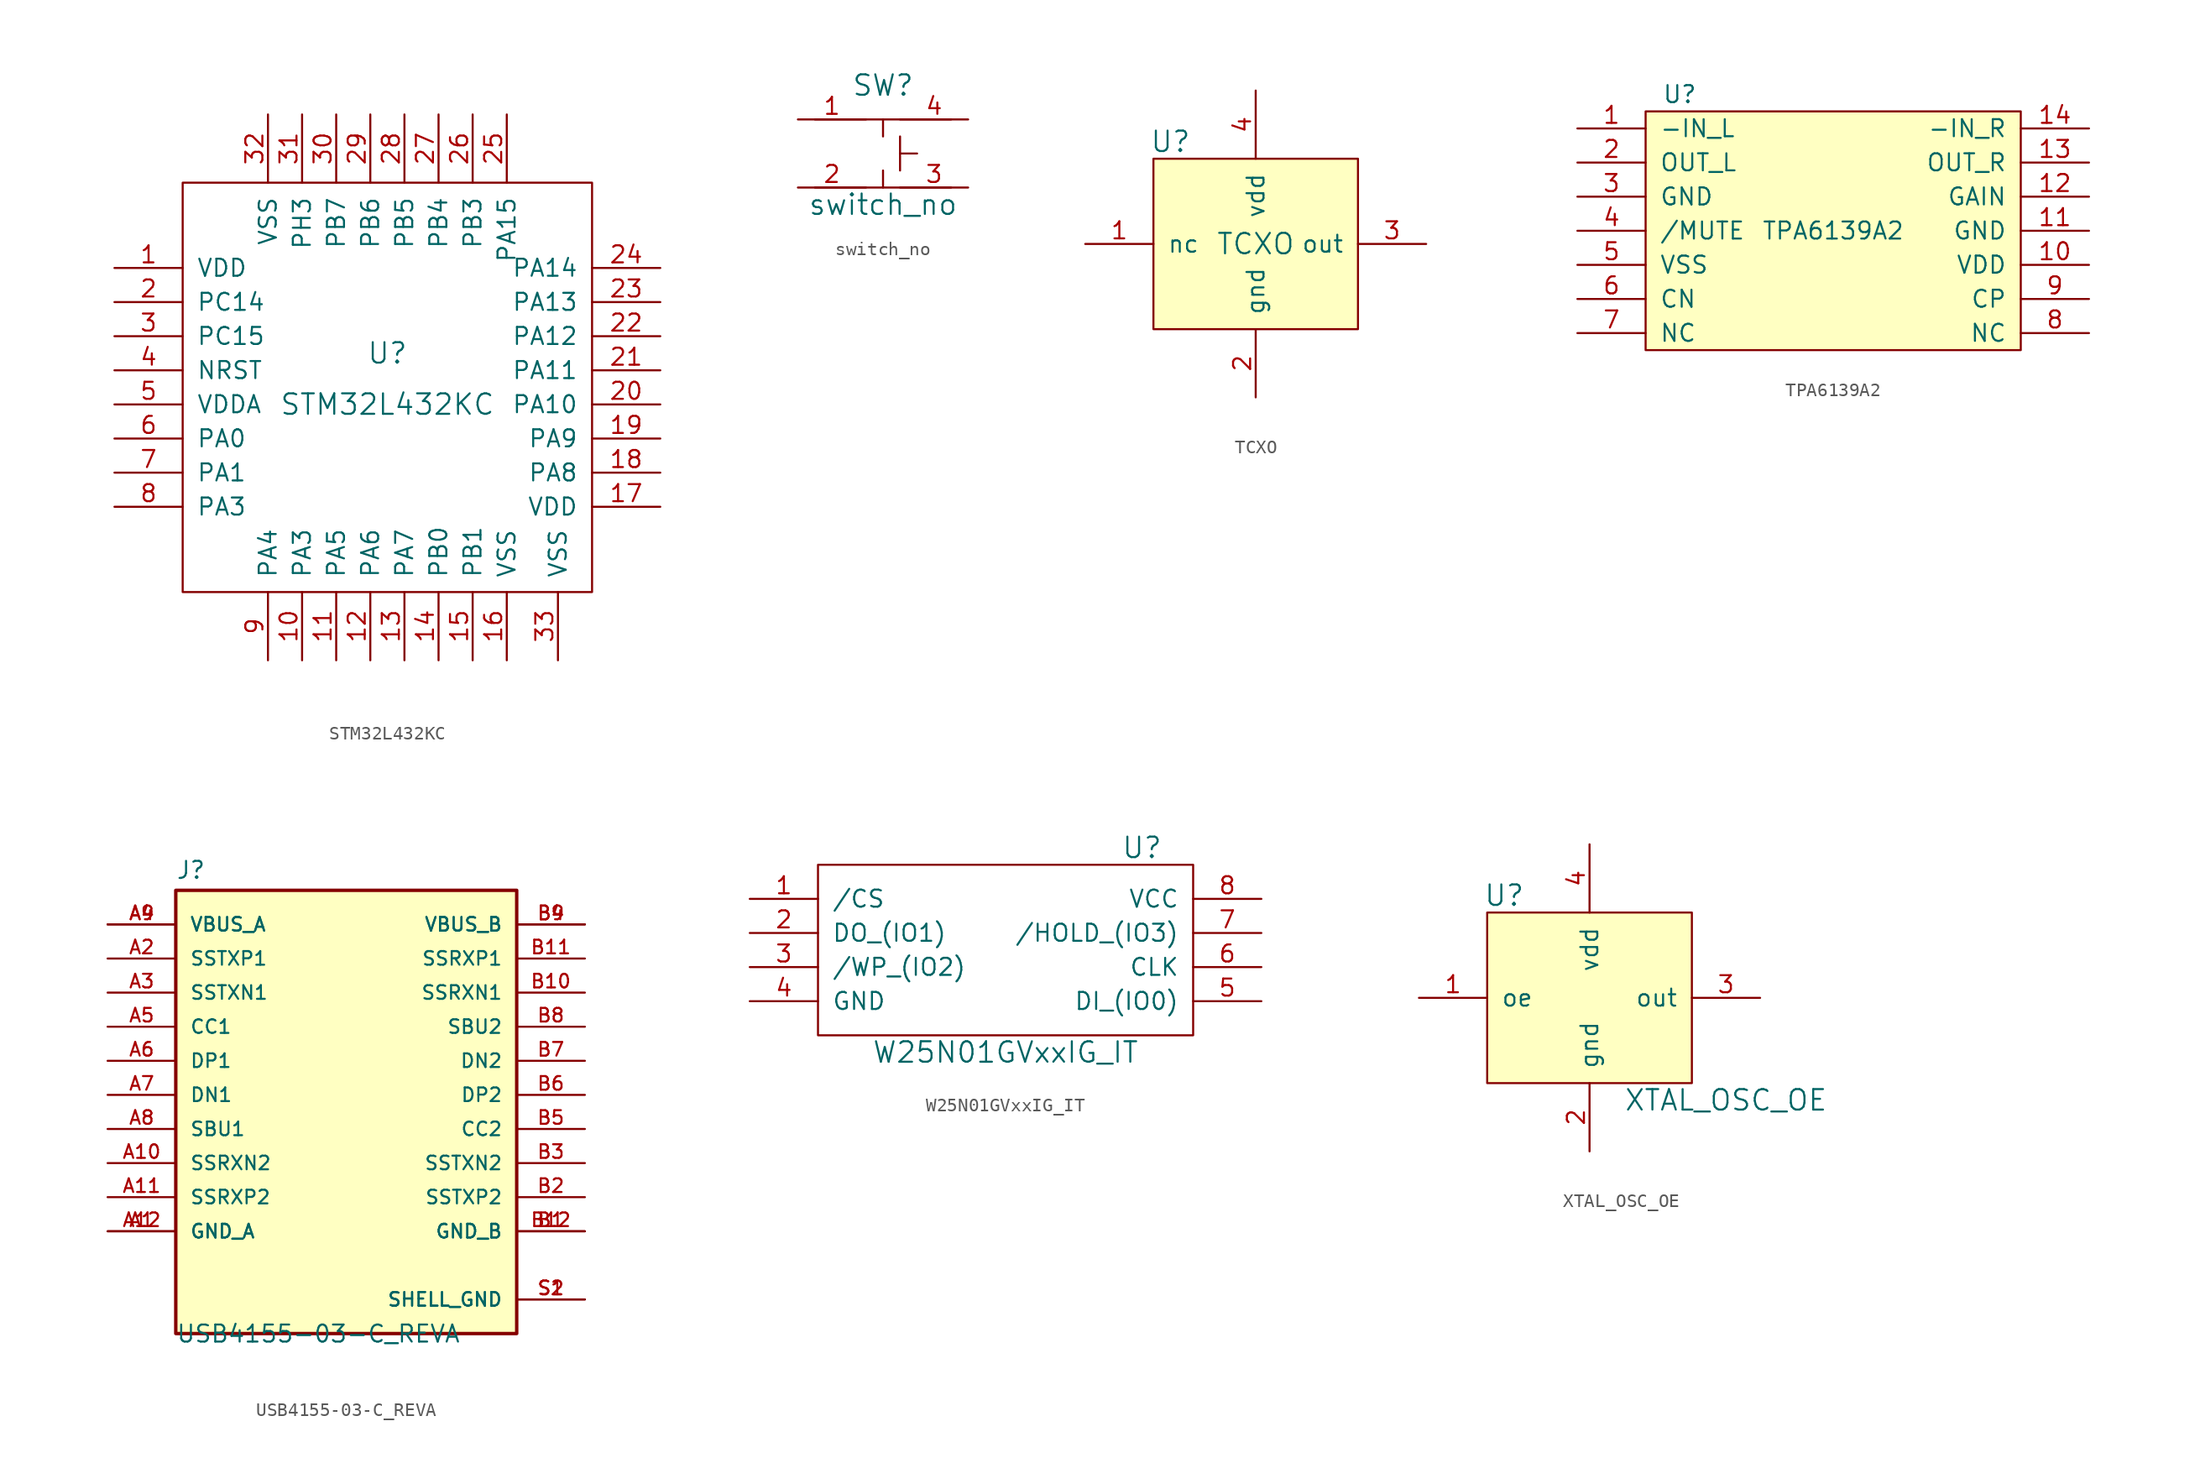
<source format=kicad_sym>
(kicad_symbol_lib
  (version 20211014)
  (generator kicad_symbol_editor)
  (symbol "STM32L432KC"
    (pin_names
      (offset 1.016))
    (property "Reference" "U"
      (at 0 2.54 0)
      (effects (font (size 1.524 1.524))))
    (property "Value" "STM32L432KC"
      (at 0 -1.27 0)
      (effects (font (size 1.524 1.524))))
    (symbol "STM32L432KC_0_1"
      (rectangle (start -15.24 15.24) (end 15.24 -15.24) (stroke (width 0) (type default) (color 0 0 0 0)) (fill (type none))))
    (symbol "STM32L432KC_1_1"
      (pin input line (at -20.32 8.89 0) (length 5.08) (name "VDD" (effects (font (size 1.27 1.27)))) (number "1" (effects (font (size 1.27 1.27)))))
      (pin input line (at -6.35 -20.32 90) (length 5.08) (name "PA3" (effects (font (size 1.27 1.27)))) (number "10" (effects (font (size 1.27 1.27)))))
      (pin input line (at -3.81 -20.32 90) (length 5.08) (name "PA5" (effects (font (size 1.27 1.27)))) (number "11" (effects (font (size 1.27 1.27)))))
      (pin input line (at -1.27 -20.32 90) (length 5.08) (name "PA6" (effects (font (size 1.27 1.27)))) (number "12" (effects (font (size 1.27 1.27)))))
      (pin input line (at 1.27 -20.32 90) (length 5.08) (name "PA7" (effects (font (size 1.27 1.27)))) (number "13" (effects (font (size 1.27 1.27)))))
      (pin input line (at 3.81 -20.32 90) (length 5.08) (name "PB0" (effects (font (size 1.27 1.27)))) (number "14" (effects (font (size 1.27 1.27)))))
      (pin input line (at 6.35 -20.32 90) (length 5.08) (name "PB1" (effects (font (size 1.27 1.27)))) (number "15" (effects (font (size 1.27 1.27)))))
      (pin input line (at 8.89 -20.32 90) (length 5.08) (name "VSS" (effects (font (size 1.27 1.27)))) (number "16" (effects (font (size 1.27 1.27)))))
      (pin input line (at 20.32 -8.89 180) (length 5.08) (name "VDD" (effects (font (size 1.27 1.27)))) (number "17" (effects (font (size 1.27 1.27)))))
      (pin input line (at 20.32 -6.35 180) (length 5.08) (name "PA8" (effects (font (size 1.27 1.27)))) (number "18" (effects (font (size 1.27 1.27)))))
      (pin input line (at 20.32 -3.81 180) (length 5.08) (name "PA9" (effects (font (size 1.27 1.27)))) (number "19" (effects (font (size 1.27 1.27)))))
      (pin input line (at -20.32 6.35 0) (length 5.08) (name "PC14" (effects (font (size 1.27 1.27)))) (number "2" (effects (font (size 1.27 1.27)))))
      (pin input line (at 20.32 -1.27 180) (length 5.08) (name "PA10" (effects (font (size 1.27 1.27)))) (number "20" (effects (font (size 1.27 1.27)))))
      (pin input line (at 20.32 1.27 180) (length 5.08) (name "PA11" (effects (font (size 1.27 1.27)))) (number "21" (effects (font (size 1.27 1.27)))))
      (pin input line (at 20.32 3.81 180) (length 5.08) (name "PA12" (effects (font (size 1.27 1.27)))) (number "22" (effects (font (size 1.27 1.27)))))
      (pin input line (at 20.32 6.35 180) (length 5.08) (name "PA13" (effects (font (size 1.27 1.27)))) (number "23" (effects (font (size 1.27 1.27)))))
      (pin input line (at 20.32 8.89 180) (length 5.08) (name "PA14" (effects (font (size 1.27 1.27)))) (number "24" (effects (font (size 1.27 1.27)))))
      (pin input line (at 8.89 20.32 270) (length 5.08) (name "PA15" (effects (font (size 1.27 1.27)))) (number "25" (effects (font (size 1.27 1.27)))))
      (pin input line (at 6.35 20.32 270) (length 5.08) (name "PB3" (effects (font (size 1.27 1.27)))) (number "26" (effects (font (size 1.27 1.27)))))
      (pin input line (at 3.81 20.32 270) (length 5.08) (name "PB4" (effects (font (size 1.27 1.27)))) (number "27" (effects (font (size 1.27 1.27)))))
      (pin input line (at 1.27 20.32 270) (length 5.08) (name "PB5" (effects (font (size 1.27 1.27)))) (number "28" (effects (font (size 1.27 1.27)))))
      (pin input line (at -1.27 20.32 270) (length 5.08) (name "PB6" (effects (font (size 1.27 1.27)))) (number "29" (effects (font (size 1.27 1.27)))))
      (pin input line (at -20.32 3.81 0) (length 5.08) (name "PC15" (effects (font (size 1.27 1.27)))) (number "3" (effects (font (size 1.27 1.27)))))
      (pin input line (at -3.81 20.32 270) (length 5.08) (name "PB7" (effects (font (size 1.27 1.27)))) (number "30" (effects (font (size 1.27 1.27)))))
      (pin input line (at -6.35 20.32 270) (length 5.08) (name "PH3" (effects (font (size 1.27 1.27)))) (number "31" (effects (font (size 1.27 1.27)))))
      (pin input line (at -8.89 20.32 270) (length 5.08) (name "VSS" (effects (font (size 1.27 1.27)))) (number "32" (effects (font (size 1.27 1.27)))))
      (pin input line (at 12.7 -20.32 90) (length 5.08) (name "VSS" (effects (font (size 1.27 1.27)))) (number "33" (effects (font (size 1.27 1.27)))))
      (pin input line (at -20.32 1.27 0) (length 5.08) (name "NRST" (effects (font (size 1.27 1.27)))) (number "4" (effects (font (size 1.27 1.27)))))
      (pin input line (at -20.32 -1.27 0) (length 5.08) (name "VDDA" (effects (font (size 1.27 1.27)))) (number "5" (effects (font (size 1.27 1.27)))))
      (pin input line (at -20.32 -3.81 0) (length 5.08) (name "PA0" (effects (font (size 1.27 1.27)))) (number "6" (effects (font (size 1.27 1.27)))))
      (pin input line (at -20.32 -6.35 0) (length 5.08) (name "PA1" (effects (font (size 1.27 1.27)))) (number "7" (effects (font (size 1.27 1.27)))))
      (pin input line (at -20.32 -8.89 0) (length 5.08) (name "PA3" (effects (font (size 1.27 1.27)))) (number "8" (effects (font (size 1.27 1.27)))))
      (pin input line (at -8.89 -20.32 90) (length 5.08) (name "PA4" (effects (font (size 1.27 1.27)))) (number "9" (effects (font (size 1.27 1.27)))))))
  (symbol "switch_no"
    (pin_names
      (offset 1.016))
    (property "Reference" "SW"
      (at 0 5.08 0)
      (effects (font (size 1.524 1.524))))
    (property "Value" "switch_no"
      (at 0 -3.81 0)
      (effects (font (size 1.524 1.524))))
    (symbol "switch_no_0_1"
      (polyline (pts (xy -5.08 -2.54) (xy 5.08 -2.54)) (stroke (width 0) (type default) (color 0 0 0 0)) (fill (type none)))
      (polyline (pts (xy 0 -2.54) (xy 0 -1.27)) (stroke (width 0) (type default) (color 0 0 0 0)) (fill (type none)))
      (polyline (pts (xy 0 1.27) (xy 0 2.54)) (stroke (width 0) (type default) (color 0 0 0 0)) (fill (type none)))
      (polyline (pts (xy 1.27 0) (xy 2.54 0)) (stroke (width 0) (type default) (color 0 0 0 0)) (fill (type none)))
      (polyline (pts (xy 1.27 1.27) (xy 1.27 -1.27)) (stroke (width 0) (type default) (color 0 0 0 0)) (fill (type none)))
      (polyline (pts (xy -5.08 2.54) (xy -1.27 2.54) (xy 5.08 2.54)) (stroke (width 0) (type default) (color 0 0 0 0)) (fill (type none))))
    (symbol "switch_no_1_1"
      (pin input line (at -6.35 2.54 0) (length 5.08) (name "~" (effects (font (size 1.27 1.27)))) (number "1" (effects (font (size 1.27 1.27)))))
      (pin input line (at -6.35 -2.54 0) (length 5.08) (name "~" (effects (font (size 1.27 1.27)))) (number "2" (effects (font (size 1.27 1.27)))))
      (pin input line (at 6.35 -2.54 180) (length 5.08) (name "~" (effects (font (size 1.27 1.27)))) (number "3" (effects (font (size 1.27 1.27)))))
      (pin input line (at 6.35 2.54 180) (length 5.08) (name "~" (effects (font (size 1.27 1.27)))) (number "4" (effects (font (size 1.27 1.27)))))))
  (symbol "TCXO"
    (pin_names
      (offset 1.016))
    (property "Reference" "U"
      (at -6.35 7.62 0)
      (effects (font (size 1.524 1.524))))
    (property "Value" "TCXO"
      (at 0 0 0)
      (effects (font (size 1.524 1.524))))
    (property "Footprint" ""
      (at 0 0 0)
      (effects (font (size 1.524 1.524))))
    (property "Datasheet" ""
      (at 0 0 0)
      (effects (font (size 1.524 1.524))))
    (symbol "TCXO_0_1"
      (rectangle (start -7.62 6.35) (end 7.62 -6.35) (stroke (width 0) (type default) (color 0 0 0 0)) (fill (type background))))
    (symbol "TCXO_1_1"
      (pin input line (at -12.7 0 0) (length 5.08) (name "nc" (effects (font (size 1.27 1.27)))) (number "1" (effects (font (size 1.27 1.27)))))
      (pin input line (at 0 -11.43 90) (length 5.08) (name "gnd" (effects (font (size 1.27 1.27)))) (number "2" (effects (font (size 1.27 1.27)))))
      (pin input line (at 12.7 0 180) (length 5.08) (name "out" (effects (font (size 1.27 1.27)))) (number "3" (effects (font (size 1.27 1.27)))))
      (pin input line (at 0 11.43 270) (length 5.08) (name "vdd" (effects (font (size 1.27 1.27)))) (number "4" (effects (font (size 1.27 1.27)))))))
  (symbol "TPA6139A2"
    (pin_names
      (offset 1.016))
    (property "Reference" "U"
      (at -11.43 10.16 0)
      (effects (font (size 1.27 1.27))))
    (property "Value" "TPA6139A2"
      (at 0 0 0)
      (effects (font (size 1.27 1.27))))
    (symbol "TPA6139A2_0_1"
      (rectangle (start -13.97 8.89) (end 13.97 -8.89) (stroke (width 0) (type default) (color 0 0 0 0)) (fill (type background))))
    (symbol "TPA6139A2_1_1"
      (pin input line (at -19.05 7.62 0) (length 5.08) (name "-IN_L" (effects (font (size 1.27 1.27)))) (number "1" (effects (font (size 1.27 1.27)))))
      (pin power_in line (at 19.05 -2.54 180) (length 5.08) (name "VDD" (effects (font (size 1.27 1.27)))) (number "10" (effects (font (size 1.27 1.27)))))
      (pin power_in line (at 19.05 0 180) (length 5.08) (name "GND" (effects (font (size 1.27 1.27)))) (number "11" (effects (font (size 1.27 1.27)))))
      (pin input line (at 19.05 2.54 180) (length 5.08) (name "GAIN" (effects (font (size 1.27 1.27)))) (number "12" (effects (font (size 1.27 1.27)))))
      (pin output line (at 19.05 5.08 180) (length 5.08) (name "OUT_R" (effects (font (size 1.27 1.27)))) (number "13" (effects (font (size 1.27 1.27)))))
      (pin input line (at 19.05 7.62 180) (length 5.08) (name "-IN_R" (effects (font (size 1.27 1.27)))) (number "14" (effects (font (size 1.27 1.27)))))
      (pin output line (at -19.05 5.08 0) (length 5.08) (name "OUT_L" (effects (font (size 1.27 1.27)))) (number "2" (effects (font (size 1.27 1.27)))))
      (pin power_in line (at -19.05 2.54 0) (length 5.08) (name "GND" (effects (font (size 1.27 1.27)))) (number "3" (effects (font (size 1.27 1.27)))))
      (pin input line (at -19.05 0 0) (length 5.08) (name "/MUTE" (effects (font (size 1.27 1.27)))) (number "4" (effects (font (size 1.27 1.27)))))
      (pin passive line (at -19.05 -2.54 0) (length 5.08) (name "VSS" (effects (font (size 1.27 1.27)))) (number "5" (effects (font (size 1.27 1.27)))))
      (pin passive line (at -19.05 -5.08 0) (length 5.08) (name "CN" (effects (font (size 1.27 1.27)))) (number "6" (effects (font (size 1.27 1.27)))))
      (pin passive line (at -19.05 -7.62 0) (length 5.08) (name "NC" (effects (font (size 1.27 1.27)))) (number "7" (effects (font (size 1.27 1.27)))))
      (pin passive line (at 19.05 -7.62 180) (length 5.08) (name "NC" (effects (font (size 1.27 1.27)))) (number "8" (effects (font (size 1.27 1.27)))))
      (pin passive line (at 19.05 -5.08 180) (length 5.08) (name "CP" (effects (font (size 1.27 1.27)))) (number "9" (effects (font (size 1.27 1.27)))))))
  (symbol "USB4155-03-C_REVA"
    (pin_names
      (offset 1.016))
    (property "Reference" "J"
      (at -12.7 16.002 0)
      (effects (font (size 1.27 1.27)) (justify left bottom)))
    (property "Value" "USB4155-03-C_REVA"
      (at -12.7 -18.542 0)
      (effects (font (size 1.27 1.27)) (justify left bottom)))
    (property "ki_locked" ""
      (at 0 0 0)
      (effects (font (size 1.27 1.27))))
    (symbol "USB4155-03-C_REVA_0_0"
      (rectangle (start -12.7 -17.78) (end 12.7 15.24) (stroke (width 0.254) (type default) (color 0 0 0 0)) (fill (type background)))
      (pin power_in line (at -17.78 -10.16 0) (length 5.08) (name "GND_A" (effects (font (size 1.016 1.016)))) (number "A1" (effects (font (size 1.016 1.016)))))
      (pin bidirectional line (at -17.78 -5.08 0) (length 5.08) (name "SSRXN2" (effects (font (size 1.016 1.016)))) (number "A10" (effects (font (size 1.016 1.016)))))
      (pin bidirectional line (at -17.78 -7.62 0) (length 5.08) (name "SSRXP2" (effects (font (size 1.016 1.016)))) (number "A11" (effects (font (size 1.016 1.016)))))
      (pin power_in line (at -17.78 -10.16 0) (length 5.08) (name "GND_A" (effects (font (size 1.016 1.016)))) (number "A12" (effects (font (size 1.016 1.016)))))
      (pin bidirectional line (at -17.78 10.16 0) (length 5.08) (name "SSTXP1" (effects (font (size 1.016 1.016)))) (number "A2" (effects (font (size 1.016 1.016)))))
      (pin bidirectional line (at -17.78 7.62 0) (length 5.08) (name "SSTXN1" (effects (font (size 1.016 1.016)))) (number "A3" (effects (font (size 1.016 1.016)))))
      (pin power_in line (at -17.78 12.7 0) (length 5.08) (name "VBUS_A" (effects (font (size 1.016 1.016)))) (number "A4" (effects (font (size 1.016 1.016)))))
      (pin bidirectional line (at -17.78 5.08 0) (length 5.08) (name "CC1" (effects (font (size 1.016 1.016)))) (number "A5" (effects (font (size 1.016 1.016)))))
      (pin bidirectional line (at -17.78 2.54 0) (length 5.08) (name "DP1" (effects (font (size 1.016 1.016)))) (number "A6" (effects (font (size 1.016 1.016)))))
      (pin bidirectional line (at -17.78 0 0) (length 5.08) (name "DN1" (effects (font (size 1.016 1.016)))) (number "A7" (effects (font (size 1.016 1.016)))))
      (pin bidirectional line (at -17.78 -2.54 0) (length 5.08) (name "SBU1" (effects (font (size 1.016 1.016)))) (number "A8" (effects (font (size 1.016 1.016)))))
      (pin power_in line (at -17.78 12.7 0) (length 5.08) (name "VBUS_A" (effects (font (size 1.016 1.016)))) (number "A9" (effects (font (size 1.016 1.016)))))
      (pin power_in line (at 17.78 -10.16 180) (length 5.08) (name "GND_B" (effects (font (size 1.016 1.016)))) (number "B1" (effects (font (size 1.016 1.016)))))
      (pin bidirectional line (at 17.78 7.62 180) (length 5.08) (name "SSRXN1" (effects (font (size 1.016 1.016)))) (number "B10" (effects (font (size 1.016 1.016)))))
      (pin bidirectional line (at 17.78 10.16 180) (length 5.08) (name "SSRXP1" (effects (font (size 1.016 1.016)))) (number "B11" (effects (font (size 1.016 1.016)))))
      (pin power_in line (at 17.78 -10.16 180) (length 5.08) (name "GND_B" (effects (font (size 1.016 1.016)))) (number "B12" (effects (font (size 1.016 1.016)))))
      (pin bidirectional line (at 17.78 -7.62 180) (length 5.08) (name "SSTXP2" (effects (font (size 1.016 1.016)))) (number "B2" (effects (font (size 1.016 1.016)))))
      (pin bidirectional line (at 17.78 -5.08 180) (length 5.08) (name "SSTXN2" (effects (font (size 1.016 1.016)))) (number "B3" (effects (font (size 1.016 1.016)))))
      (pin power_in line (at 17.78 12.7 180) (length 5.08) (name "VBUS_B" (effects (font (size 1.016 1.016)))) (number "B4" (effects (font (size 1.016 1.016)))))
      (pin bidirectional line (at 17.78 -2.54 180) (length 5.08) (name "CC2" (effects (font (size 1.016 1.016)))) (number "B5" (effects (font (size 1.016 1.016)))))
      (pin bidirectional line (at 17.78 0 180) (length 5.08) (name "DP2" (effects (font (size 1.016 1.016)))) (number "B6" (effects (font (size 1.016 1.016)))))
      (pin bidirectional line (at 17.78 2.54 180) (length 5.08) (name "DN2" (effects (font (size 1.016 1.016)))) (number "B7" (effects (font (size 1.016 1.016)))))
      (pin bidirectional line (at 17.78 5.08 180) (length 5.08) (name "SBU2" (effects (font (size 1.016 1.016)))) (number "B8" (effects (font (size 1.016 1.016)))))
      (pin power_in line (at 17.78 12.7 180) (length 5.08) (name "VBUS_B" (effects (font (size 1.016 1.016)))) (number "B9" (effects (font (size 1.016 1.016)))))
      (pin power_in line (at 17.78 -15.24 180) (length 5.08) (name "SHELL_GND" (effects (font (size 1.016 1.016)))) (number "S1" (effects (font (size 1.016 1.016)))))
      (pin power_in line (at 17.78 -15.24 180) (length 5.08) (name "SHELL_GND" (effects (font (size 1.016 1.016)))) (number "S2" (effects (font (size 1.016 1.016)))))))
  (symbol "W25N01GVxxIG_IT"
    (pin_names
      (offset 1.016))
    (property "Reference" "U"
      (at 10.16 7.62 0)
      (effects (font (size 1.524 1.524))))
    (property "Value" "W25N01GVxxIG_IT"
      (at 0 -7.62 0)
      (effects (font (size 1.524 1.524))))
    (symbol "W25N01GVxxIG_IT_0_1"
      (rectangle (start -13.97 6.35) (end 13.97 -6.35) (stroke (width 0) (type default) (color 0 0 0 0)) (fill (type none))))
    (symbol "W25N01GVxxIG_IT_1_1"
      (pin input line (at -19.05 3.81 0) (length 5.08) (name "/CS" (effects (font (size 1.27 1.27)))) (number "1" (effects (font (size 1.27 1.27)))))
      (pin input line (at -19.05 1.27 0) (length 5.08) (name "DO_(IO1)" (effects (font (size 1.27 1.27)))) (number "2" (effects (font (size 1.27 1.27)))))
      (pin input line (at -19.05 -1.27 0) (length 5.08) (name "/WP_(IO2)" (effects (font (size 1.27 1.27)))) (number "3" (effects (font (size 1.27 1.27)))))
      (pin input line (at -19.05 -3.81 0) (length 5.08) (name "GND" (effects (font (size 1.27 1.27)))) (number "4" (effects (font (size 1.27 1.27)))))
      (pin input line (at 19.05 -3.81 180) (length 5.08) (name "DI_(IO0)" (effects (font (size 1.27 1.27)))) (number "5" (effects (font (size 1.27 1.27)))))
      (pin input line (at 19.05 -1.27 180) (length 5.08) (name "CLK" (effects (font (size 1.27 1.27)))) (number "6" (effects (font (size 1.27 1.27)))))
      (pin input line (at 19.05 1.27 180) (length 5.08) (name "/HOLD_(IO3)" (effects (font (size 1.27 1.27)))) (number "7" (effects (font (size 1.27 1.27)))))
      (pin input line (at 19.05 3.81 180) (length 5.08) (name "VCC" (effects (font (size 1.27 1.27)))) (number "8" (effects (font (size 1.27 1.27)))))))
  (symbol "XTAL_OSC_OE"
    (pin_names
      (offset 1.016))
    (property "Reference" "U"
      (at -6.35 7.62 0)
      (effects (font (size 1.524 1.524))))
    (property "Value" "XTAL_OSC_OE"
      (at 10.16 -7.62 0)
      (effects (font (size 1.524 1.524))))
    (property "Footprint" ""
      (at 0 0 0)
      (effects (font (size 1.524 1.524))))
    (property "Datasheet" ""
      (at 0 0 0)
      (effects (font (size 1.524 1.524))))
    (symbol "XTAL_OSC_OE_0_1"
      (rectangle (start -7.62 6.35) (end 7.62 -6.35) (stroke (width 0) (type default) (color 0 0 0 0)) (fill (type background))))
    (symbol "XTAL_OSC_OE_1_1"
      (pin input line (at -12.7 0 0) (length 5.08) (name "oe" (effects (font (size 1.27 1.27)))) (number "1" (effects (font (size 1.27 1.27)))))
      (pin input line (at 0 -11.43 90) (length 5.08) (name "gnd" (effects (font (size 1.27 1.27)))) (number "2" (effects (font (size 1.27 1.27)))))
      (pin output line (at 12.7 0 180) (length 5.08) (name "out" (effects (font (size 1.27 1.27)))) (number "3" (effects (font (size 1.27 1.27)))))
      (pin input line (at 0 11.43 270) (length 5.08) (name "vdd" (effects (font (size 1.27 1.27)))) (number "4" (effects (font (size 1.27 1.27))))))))
</source>
